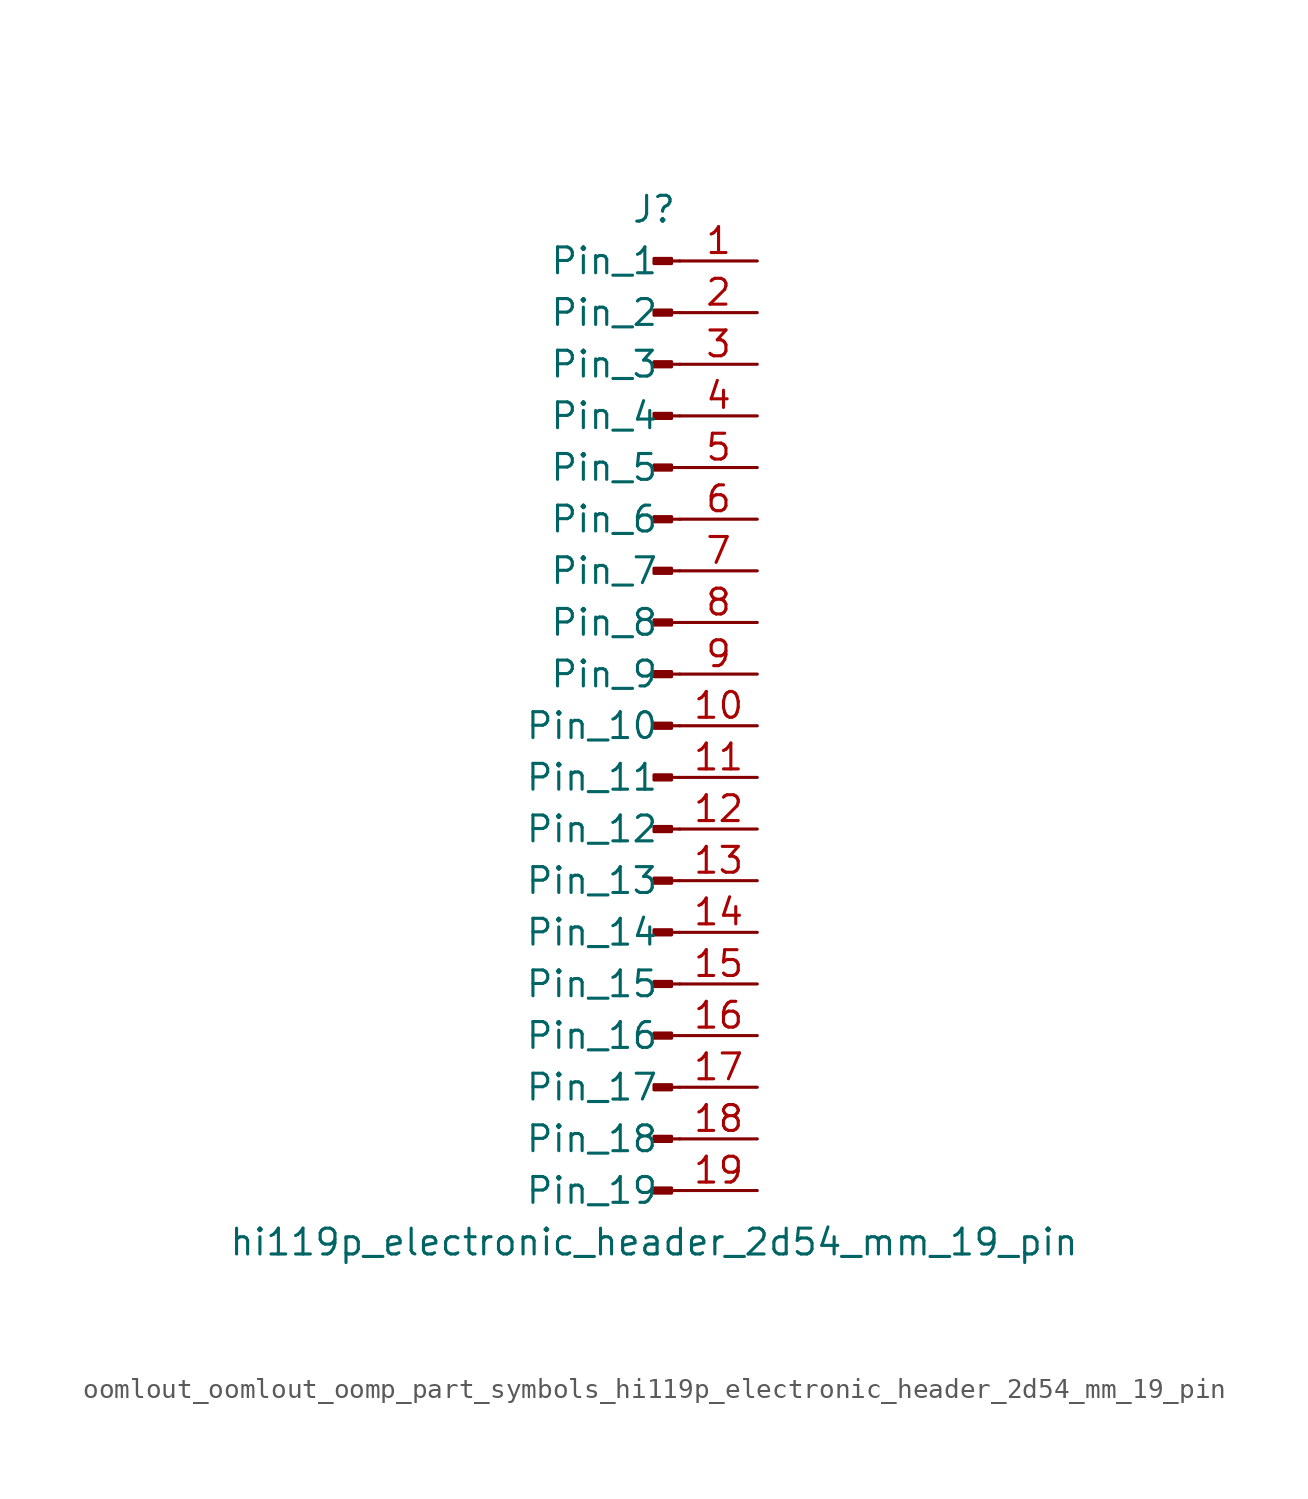
<source format=kicad_sym>
(kicad_symbol_lib
  (version 20220914)
  (generator kicad_symbol_editor)
  (symbol "oomlout_oomlout_oomp_part_symbols_hi119p_electronic_header_2d54_mm_19_pin"
    (pin_names
      (offset 1.016))
    (property "Reference" "J"
      (at 0 25.4 0)
      (effects (font (size 1.27 1.27))))
    (property "Value" "hi119p_electronic_header_2d54_mm_19_pin"
      (at 0 -25.4 0)
      (effects (font (size 1.27 1.27))))
    (property "ki_locked" ""
      (at 0 0 0)
      (effects (font (size 1.27 1.27))))
    (symbol "oomlout_oomlout_oomp_part_symbols_hi119p_electronic_header_2d54_mm_19_pin_1_1"
      (polyline (pts (xy 1.27 -22.86) (xy 0.864 -22.86)) (stroke (width 0.152) (type default)) (fill (type none)))
      (polyline (pts (xy 1.27 -20.32) (xy 0.864 -20.32)) (stroke (width 0.152) (type default)) (fill (type none)))
      (polyline (pts (xy 1.27 -17.78) (xy 0.864 -17.78)) (stroke (width 0.152) (type default)) (fill (type none)))
      (polyline (pts (xy 1.27 -15.24) (xy 0.864 -15.24)) (stroke (width 0.152) (type default)) (fill (type none)))
      (polyline (pts (xy 1.27 -12.7) (xy 0.864 -12.7)) (stroke (width 0.152) (type default)) (fill (type none)))
      (polyline (pts (xy 1.27 -10.16) (xy 0.864 -10.16)) (stroke (width 0.152) (type default)) (fill (type none)))
      (polyline (pts (xy 1.27 -7.62) (xy 0.864 -7.62)) (stroke (width 0.152) (type default)) (fill (type none)))
      (polyline (pts (xy 1.27 -5.08) (xy 0.864 -5.08)) (stroke (width 0.152) (type default)) (fill (type none)))
      (polyline (pts (xy 1.27 -2.54) (xy 0.864 -2.54)) (stroke (width 0.152) (type default)) (fill (type none)))
      (polyline (pts (xy 1.27 0) (xy 0.864 0)) (stroke (width 0.152) (type default)) (fill (type none)))
      (polyline (pts (xy 1.27 2.54) (xy 0.864 2.54)) (stroke (width 0.152) (type default)) (fill (type none)))
      (polyline (pts (xy 1.27 5.08) (xy 0.864 5.08)) (stroke (width 0.152) (type default)) (fill (type none)))
      (polyline (pts (xy 1.27 7.62) (xy 0.864 7.62)) (stroke (width 0.152) (type default)) (fill (type none)))
      (polyline (pts (xy 1.27 10.16) (xy 0.864 10.16)) (stroke (width 0.152) (type default)) (fill (type none)))
      (polyline (pts (xy 1.27 12.7) (xy 0.864 12.7)) (stroke (width 0.152) (type default)) (fill (type none)))
      (polyline (pts (xy 1.27 15.24) (xy 0.864 15.24)) (stroke (width 0.152) (type default)) (fill (type none)))
      (polyline (pts (xy 1.27 17.78) (xy 0.864 17.78)) (stroke (width 0.152) (type default)) (fill (type none)))
      (polyline (pts (xy 1.27 20.32) (xy 0.864 20.32)) (stroke (width 0.152) (type default)) (fill (type none)))
      (polyline (pts (xy 1.27 22.86) (xy 0.864 22.86)) (stroke (width 0.152) (type default)) (fill (type none)))
      (rectangle (start 0.864 -22.733) (end 0 -22.987) (stroke (width 0.152) (type default)) (fill (type outline)))
      (rectangle (start 0.864 -20.193) (end 0 -20.447) (stroke (width 0.152) (type default)) (fill (type outline)))
      (rectangle (start 0.864 -17.653) (end 0 -17.907) (stroke (width 0.152) (type default)) (fill (type outline)))
      (rectangle (start 0.864 -15.113) (end 0 -15.367) (stroke (width 0.152) (type default)) (fill (type outline)))
      (rectangle (start 0.864 -12.573) (end 0 -12.827) (stroke (width 0.152) (type default)) (fill (type outline)))
      (rectangle (start 0.864 -10.033) (end 0 -10.287) (stroke (width 0.152) (type default)) (fill (type outline)))
      (rectangle (start 0.864 -7.493) (end 0 -7.747) (stroke (width 0.152) (type default)) (fill (type outline)))
      (rectangle (start 0.864 -4.953) (end 0 -5.207) (stroke (width 0.152) (type default)) (fill (type outline)))
      (rectangle (start 0.864 -2.413) (end 0 -2.667) (stroke (width 0.152) (type default)) (fill (type outline)))
      (rectangle (start 0.864 0.127) (end 0 -0.127) (stroke (width 0.152) (type default)) (fill (type outline)))
      (rectangle (start 0.864 2.667) (end 0 2.413) (stroke (width 0.152) (type default)) (fill (type outline)))
      (rectangle (start 0.864 5.207) (end 0 4.953) (stroke (width 0.152) (type default)) (fill (type outline)))
      (rectangle (start 0.864 7.747) (end 0 7.493) (stroke (width 0.152) (type default)) (fill (type outline)))
      (rectangle (start 0.864 10.287) (end 0 10.033) (stroke (width 0.152) (type default)) (fill (type outline)))
      (rectangle (start 0.864 12.827) (end 0 12.573) (stroke (width 0.152) (type default)) (fill (type outline)))
      (rectangle (start 0.864 15.367) (end 0 15.113) (stroke (width 0.152) (type default)) (fill (type outline)))
      (rectangle (start 0.864 17.907) (end 0 17.653) (stroke (width 0.152) (type default)) (fill (type outline)))
      (rectangle (start 0.864 20.447) (end 0 20.193) (stroke (width 0.152) (type default)) (fill (type outline)))
      (rectangle (start 0.864 22.987) (end 0 22.733) (stroke (width 0.152) (type default)) (fill (type outline)))
      (pin passive line (at 5.08 22.86 180) (length 3.81) (name "Pin_1" (effects (font (size 1.27 1.27)))) (number "1" (effects (font (size 1.27 1.27)))))
      (pin passive line (at 5.08 0 180) (length 3.81) (name "Pin_10" (effects (font (size 1.27 1.27)))) (number "10" (effects (font (size 1.27 1.27)))))
      (pin passive line (at 5.08 -2.54 180) (length 3.81) (name "Pin_11" (effects (font (size 1.27 1.27)))) (number "11" (effects (font (size 1.27 1.27)))))
      (pin passive line (at 5.08 -5.08 180) (length 3.81) (name "Pin_12" (effects (font (size 1.27 1.27)))) (number "12" (effects (font (size 1.27 1.27)))))
      (pin passive line (at 5.08 -7.62 180) (length 3.81) (name "Pin_13" (effects (font (size 1.27 1.27)))) (number "13" (effects (font (size 1.27 1.27)))))
      (pin passive line (at 5.08 -10.16 180) (length 3.81) (name "Pin_14" (effects (font (size 1.27 1.27)))) (number "14" (effects (font (size 1.27 1.27)))))
      (pin passive line (at 5.08 -12.7 180) (length 3.81) (name "Pin_15" (effects (font (size 1.27 1.27)))) (number "15" (effects (font (size 1.27 1.27)))))
      (pin passive line (at 5.08 -15.24 180) (length 3.81) (name "Pin_16" (effects (font (size 1.27 1.27)))) (number "16" (effects (font (size 1.27 1.27)))))
      (pin passive line (at 5.08 -17.78 180) (length 3.81) (name "Pin_17" (effects (font (size 1.27 1.27)))) (number "17" (effects (font (size 1.27 1.27)))))
      (pin passive line (at 5.08 -20.32 180) (length 3.81) (name "Pin_18" (effects (font (size 1.27 1.27)))) (number "18" (effects (font (size 1.27 1.27)))))
      (pin passive line (at 5.08 -22.86 180) (length 3.81) (name "Pin_19" (effects (font (size 1.27 1.27)))) (number "19" (effects (font (size 1.27 1.27)))))
      (pin passive line (at 5.08 20.32 180) (length 3.81) (name "Pin_2" (effects (font (size 1.27 1.27)))) (number "2" (effects (font (size 1.27 1.27)))))
      (pin passive line (at 5.08 17.78 180) (length 3.81) (name "Pin_3" (effects (font (size 1.27 1.27)))) (number "3" (effects (font (size 1.27 1.27)))))
      (pin passive line (at 5.08 15.24 180) (length 3.81) (name "Pin_4" (effects (font (size 1.27 1.27)))) (number "4" (effects (font (size 1.27 1.27)))))
      (pin passive line (at 5.08 12.7 180) (length 3.81) (name "Pin_5" (effects (font (size 1.27 1.27)))) (number "5" (effects (font (size 1.27 1.27)))))
      (pin passive line (at 5.08 10.16 180) (length 3.81) (name "Pin_6" (effects (font (size 1.27 1.27)))) (number "6" (effects (font (size 1.27 1.27)))))
      (pin passive line (at 5.08 7.62 180) (length 3.81) (name "Pin_7" (effects (font (size 1.27 1.27)))) (number "7" (effects (font (size 1.27 1.27)))))
      (pin passive line (at 5.08 5.08 180) (length 3.81) (name "Pin_8" (effects (font (size 1.27 1.27)))) (number "8" (effects (font (size 1.27 1.27)))))
      (pin passive line (at 5.08 2.54 180) (length 3.81) (name "Pin_9" (effects (font (size 1.27 1.27)))) (number "9" (effects (font (size 1.27 1.27))))))))
</source>
